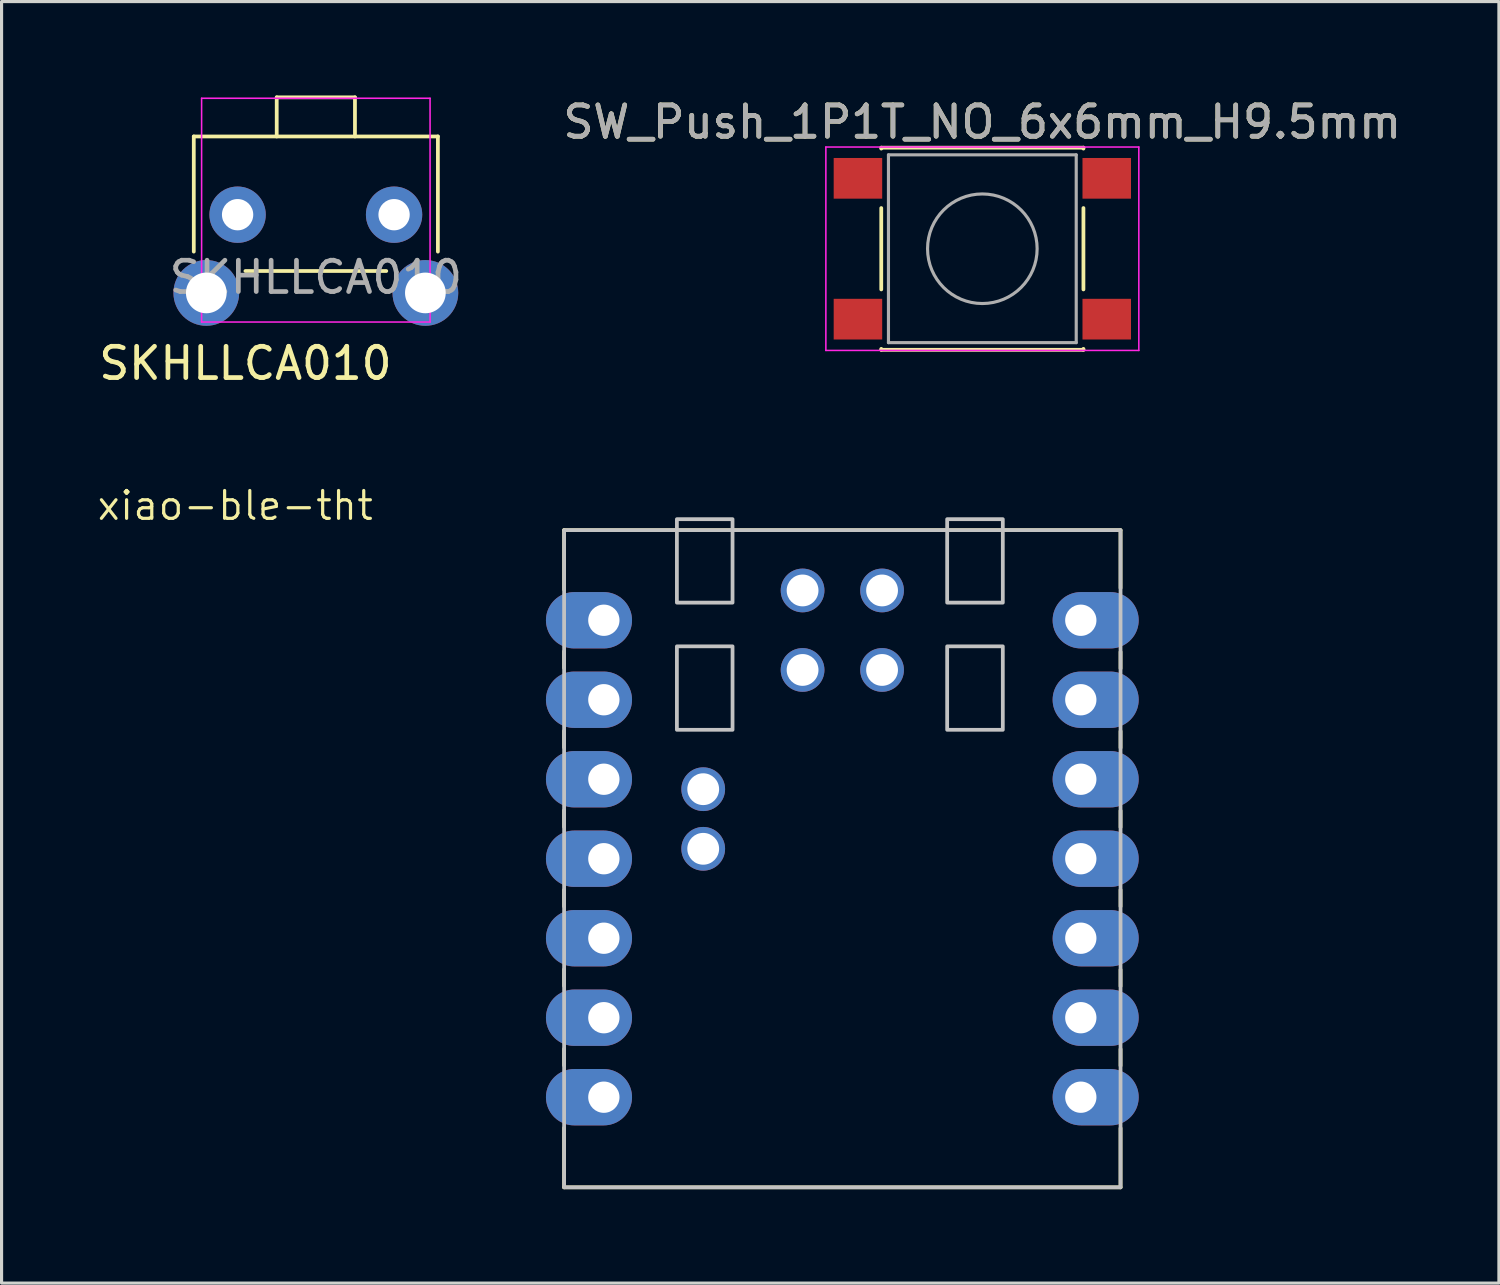
<source format=kicad_pcb>
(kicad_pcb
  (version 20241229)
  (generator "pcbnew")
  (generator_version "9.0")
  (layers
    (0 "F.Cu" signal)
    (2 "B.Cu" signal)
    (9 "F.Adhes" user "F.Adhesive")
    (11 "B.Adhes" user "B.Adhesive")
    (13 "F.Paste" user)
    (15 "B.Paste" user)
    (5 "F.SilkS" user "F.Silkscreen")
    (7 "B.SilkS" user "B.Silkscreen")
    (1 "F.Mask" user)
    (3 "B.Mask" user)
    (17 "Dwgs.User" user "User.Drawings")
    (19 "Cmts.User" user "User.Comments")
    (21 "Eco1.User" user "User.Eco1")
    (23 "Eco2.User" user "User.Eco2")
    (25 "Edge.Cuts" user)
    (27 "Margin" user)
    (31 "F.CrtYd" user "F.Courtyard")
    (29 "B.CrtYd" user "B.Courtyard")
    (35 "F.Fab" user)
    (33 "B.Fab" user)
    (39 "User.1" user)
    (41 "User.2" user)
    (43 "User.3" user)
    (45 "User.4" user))
  (footprint "xiao-ble-tht"
    (layer "F.Cu")
    (at 23.865 24.389)
    (property "Reference" "xiao-ble-tht" (at -19.399 -11.283 0) (layer "F.SilkS") (effects (font (size 0.889 0.889) (thickness 0.102))))
    (attr smd exclude_from_pos_files)
    (fp_line (start -8.89 -10.5) (end 8.89 -10.5) (stroke (width 0.12) (type solid)) (layer "F.SilkS"))
    (fp_line (start -8.89 -8.6) (end -8.89 -10.5) (stroke (width 0.12) (type solid)) (layer "F.SilkS"))
    (fp_line (start -8.89 -6.625) (end -8.89 -6.095) (stroke (width 0.12) (type solid)) (layer "F.SilkS"))
    (fp_line (start -8.89 -4.085) (end -8.89 -3.555) (stroke (width 0.12) (type solid)) (layer "F.SilkS"))
    (fp_line (start -8.89 -1.545) (end -8.89 -1.015) (stroke (width 0.12) (type solid)) (layer "F.SilkS"))
    (fp_line (start -8.89 0.995) (end -8.89 1.525) (stroke (width 0.12) (type solid)) (layer "F.SilkS"))
    (fp_line (start -8.89 3.535) (end -8.89 4.065) (stroke (width 0.12) (type solid)) (layer "F.SilkS"))
    (fp_line (start -8.89 6.075) (end -8.89 6.605) (stroke (width 0.12) (type solid)) (layer "F.SilkS"))
    (fp_line (start -8.89 10.5) (end -8.89 8.6) (stroke (width 0.12) (type solid)) (layer "F.SilkS"))
    (fp_line (start 8.89 -10.49) (end 8.89 -8.65) (stroke (width 0.12) (type solid)) (layer "F.SilkS"))
    (fp_line (start 8.89 -6.61) (end 8.89 -6.08) (stroke (width 0.12) (type solid)) (layer "F.SilkS"))
    (fp_line (start 8.89 -4.075) (end 8.89 -3.545) (stroke (width 0.12) (type solid)) (layer "F.SilkS"))
    (fp_line (start 8.89 -1.535) (end 8.89 -1.005) (stroke (width 0.12) (type solid)) (layer "F.SilkS"))
    (fp_line (start 8.89 0.995) (end 8.89 1.525) (stroke (width 0.12) (type solid)) (layer "F.SilkS"))
    (fp_line (start 8.89 3.545) (end 8.89 4.075) (stroke (width 0.12) (type solid)) (layer "F.SilkS"))
    (fp_line (start 8.89 6.085) (end 8.89 6.615) (stroke (width 0.12) (type solid)) (layer "F.SilkS"))
    (fp_line (start 8.89 8.61) (end 8.89 10.5) (stroke (width 0.12) (type solid)) (layer "F.SilkS"))
    (fp_line (start 8.89 10.5) (end -8.89 10.5) (stroke (width 0.12) (type solid)) (layer "F.SilkS"))
    (fp_rect (start -8.89 10.5) (end 8.89 -10.5) (stroke (width 0.12) (type solid)) (fill no) (layer "Dwgs.User"))
    (fp_rect (start -5.286 -6.786) (end -3.508 -4.119) (stroke (width 0.12) (type solid)) (fill no) (layer "Dwgs.User"))
    (fp_rect (start -3.508 -8.183) (end -5.286 -10.85) (stroke (width 0.12) (type solid)) (fill no) (layer "Dwgs.User"))
    (fp_rect (start 3.35 -10.85) (end 5.128 -8.183) (stroke (width 0.12) (type solid)) (fill no) (layer "Dwgs.User"))
    (fp_rect (start 3.35 -6.786) (end 5.128 -4.119) (stroke (width 0.12) (type solid)) (fill no) (layer "Dwgs.User"))
    (pad "1" thru_hole oval (at -7.62 -7.62) (size 2.75 1.8) (drill 1 (offset -0.475 0)) (layers "*.Cu" "*.Mask"))
    (pad "2" thru_hole oval (at -7.62 -5.08) (size 2.75 1.8) (drill 1 (offset -0.475 0)) (layers "*.Cu" "*.Mask"))
    (pad "3" thru_hole oval (at -7.62 -2.54) (size 2.75 1.8) (drill 1 (offset -0.475 0)) (layers "*.Cu" "*.Mask"))
    (pad "4" thru_hole oval (at -7.62 0) (size 2.75 1.8) (drill 1 (offset -0.475 0)) (layers "*.Cu" "*.Mask"))
    (pad "5" thru_hole oval (at -7.62 2.54) (size 2.75 1.8) (drill 1 (offset -0.475 0)) (layers "*.Cu" "*.Mask"))
    (pad "6" thru_hole oval (at -7.62 5.08) (size 2.75 1.8) (drill 1 (offset -0.475 0)) (layers "*.Cu" "*.Mask"))
    (pad "7" thru_hole oval (at -7.62 7.62) (size 2.75 1.8) (drill 1 (offset -0.475 0)) (layers "*.Cu" "*.Mask"))
    (pad "8" thru_hole oval (at 7.62 7.62 180) (size 2.75 1.8) (drill 1 (offset -0.475 0)) (layers "*.Cu" "*.Mask"))
    (pad "9" thru_hole oval (at 7.62 5.08 180) (size 2.75 1.8) (drill 1 (offset -0.475 0)) (layers "*.Cu" "*.Mask"))
    (pad "10" thru_hole oval (at 7.62 2.54 180) (size 2.75 1.8) (drill 1 (offset -0.475 0)) (layers "*.Cu" "*.Mask"))
    (pad "11" thru_hole oval (at 7.62 0 180) (size 2.75 1.8) (drill 1 (offset -0.475 0)) (layers "*.Cu" "*.Mask"))
    (pad "12" thru_hole oval (at 7.62 -2.54 180) (size 2.75 1.8) (drill 1 (offset -0.475 0)) (layers "*.Cu" "*.Mask"))
    (pad "13" thru_hole oval (at 7.62 -5.08 180) (size 2.75 1.8) (drill 1 (offset -0.475 0)) (layers "*.Cu" "*.Mask"))
    (pad "14" thru_hole oval (at 7.62 -7.62 180) (size 2.75 1.8) (drill 1 (offset -0.475 0)) (layers "*.Cu" "*.Mask"))
    (pad "15" thru_hole circle (at -1.27 -8.572 90) (size 1.397 1.397) (drill 1.016) (layers "*.Cu" "*.Mask"))
    (pad "16" thru_hole circle (at 1.27 -8.572 90) (size 1.397 1.397) (drill 1.016) (layers "*.Cu" "*.Mask"))
    (pad "17" thru_hole circle (at -1.27 -6.032 90) (size 1.397 1.397) (drill 1.016) (layers "*.Cu" "*.Mask"))
    (pad "18" thru_hole circle (at 1.27 -6.032 90) (size 1.397 1.397) (drill 1.016) (layers "*.Cu" "*.Mask"))
    (pad "19" thru_hole circle (at -4.445 -0.317 180) (size 1.397 1.397) (drill 1.016) (layers "*.Cu" "*.Mask"))
    (pad "20" thru_hole circle (at -4.445 -2.222 180) (size 1.397 1.397) (drill 1.016) (layers "*.Cu" "*.Mask")))
  (footprint "SW_Push_1P1T_NO_6x6mm_H9.5mm"
    (layer "F.Cu")
    (at 28.339 4.898)
    (property "Reference" "SW_Push_1P1T_NO_6x6mm_H9.5mm" (at 0 -4.05 0) (layer "F.SilkS") (effects (font (size 1 1) (thickness 0.15))))
    (attr smd)
    (fp_line (start -3.23 -3.23) (end 3.23 -3.23) (stroke (width 0.12) (type solid)) (layer "F.SilkS"))
    (fp_line (start -3.23 -3.2) (end -3.23 -3.23) (stroke (width 0.12) (type solid)) (layer "F.SilkS"))
    (fp_line (start -3.23 -1.3) (end -3.23 1.3) (stroke (width 0.12) (type solid)) (layer "F.SilkS"))
    (fp_line (start -3.23 3.23) (end -3.23 3.2) (stroke (width 0.12) (type solid)) (layer "F.SilkS"))
    (fp_line (start -3.23 3.23) (end 3.23 3.23) (stroke (width 0.12) (type solid)) (layer "F.SilkS"))
    (fp_line (start 3.23 -3.23) (end 3.23 -3.2) (stroke (width 0.12) (type solid)) (layer "F.SilkS"))
    (fp_line (start 3.23 -1.3) (end 3.23 1.3) (stroke (width 0.12) (type solid)) (layer "F.SilkS"))
    (fp_line (start 3.23 3.23) (end 3.23 3.2) (stroke (width 0.12) (type solid)) (layer "F.SilkS"))
    (fp_line (start -5 -3.25) (end -5 3.25) (stroke (width 0.05) (type solid)) (layer "F.CrtYd"))
    (fp_line (start -5 -3.25) (end 5 -3.25) (stroke (width 0.05) (type solid)) (layer "F.CrtYd"))
    (fp_line (start -5 3.25) (end 5 3.25) (stroke (width 0.05) (type solid)) (layer "F.CrtYd"))
    (fp_line (start 5 3.25) (end 5 -3.25) (stroke (width 0.05) (type solid)) (layer "F.CrtYd"))
    (fp_line (start -3 -3) (end -3 3) (stroke (width 0.1) (type solid)) (layer "F.Fab"))
    (fp_line (start -3 3) (end 3 3) (stroke (width 0.1) (type solid)) (layer "F.Fab"))
    (fp_line (start 3 -3) (end -3 -3) (stroke (width 0.1) (type solid)) (layer "F.Fab"))
    (fp_line (start 3 3) (end 3 -3) (stroke (width 0.1) (type solid)) (layer "F.Fab"))
    (fp_circle (center 0 0) (end 1.75 -0.05) (stroke (width 0.1) (type solid)) (fill no) (layer "F.Fab"))
    (fp_text user "${REFERENCE}" (at 0 -4.05 0) (layer "F.Fab") (effects (font (size 1 1) (thickness 0.15))))
    (pad "1" smd rect (at -3.975 -2.25) (size 1.55 1.3) (layers "F.Cu" "F.Mask" "F.Paste"))
    (pad "1" smd rect (at 3.975 -2.25) (size 1.55 1.3) (layers "F.Cu" "F.Mask" "F.Paste"))
    (pad "2" smd rect (at -3.975 2.25) (size 1.55 1.3) (layers "F.Cu" "F.Mask" "F.Paste"))
    (pad "2" smd rect (at 3.975 2.25) (size 1.55 1.3) (layers "F.Cu" "F.Mask" "F.Paste")))
  (footprint "SKHLLCA010"
    (layer "F.Cu")
    (at 7.042 5.06)
    (property "Reference" "SKHLLCA010" (at -2.25 3.5 0) (unlocked yes) (layer "F.SilkS") (effects (font (size 1 1) (thickness 0.15))))
    (attr through_hole)
    (fp_line (start -3.9 -3.75) (end 3.9 -3.75) (stroke (width 0.12) (type solid)) (layer "F.SilkS"))
    (fp_line (start -3.9 -0.07) (end -3.9 -3.75) (stroke (width 0.12) (type solid)) (layer "F.SilkS"))
    (fp_line (start -2.25 0.55) (end 2.25 0.55) (stroke (width 0.12) (type solid)) (layer "F.SilkS"))
    (fp_line (start -1.25 -5) (end 1.25 -5) (stroke (width 0.12) (type solid)) (layer "F.SilkS"))
    (fp_line (start -1.25 -3.75) (end -1.25 -5) (stroke (width 0.12) (type solid)) (layer "F.SilkS"))
    (fp_line (start 1.25 -3.75) (end 1.25 -5) (stroke (width 0.12) (type solid)) (layer "F.SilkS"))
    (fp_line (start 3.9 -0.07) (end 3.9 -3.75) (stroke (width 0.12) (type solid)) (layer "F.SilkS"))
    (fp_line (start -3.65 -4.97) (end -3.65 2.18) (stroke (width 0.05) (type solid)) (layer "F.CrtYd"))
    (fp_line (start -3.65 -4.97) (end 3.65 -4.97) (stroke (width 0.05) (type solid)) (layer "F.CrtYd"))
    (fp_line (start -3.65 2.18) (end 3.65 2.18) (stroke (width 0.05) (type solid)) (layer "F.CrtYd"))
    (fp_line (start 3.65 -4.97) (end 3.65 2.18) (stroke (width 0.05) (type solid)) (layer "F.CrtYd"))
    (fp_text user "${REFERENCE}" (at 0 0.75 0) (unlocked yes) (layer "F.Fab") (effects (font (size 1 1) (thickness 0.15))))
    (pad "1" thru_hole circle (at 2.5 -1.25) (size 1.8 1.8) (drill 1) (layers "*.Cu" "B.Mask"))
    (pad "2" thru_hole circle (at -2.5 -1.25) (size 1.8 1.8) (drill 1) (layers "*.Cu" "B.Mask"))
    (pad "MP" thru_hole circle (at -3.5 1.25) (size 2.1 2.1) (drill 1.3) (layers "*.Cu" "*.Mask"))
    (pad "MP" thru_hole circle (at 3.5 1.25) (size 2.1 2.1) (drill 1.3) (layers "*.Cu" "*.Mask")))
  (gr_rect
    (start -3 -3)
    (end 44.845 37.949)
    (stroke (width 0.1) (type default))
    (fill no)
    (layer "Edge.Cuts")))
</source>
